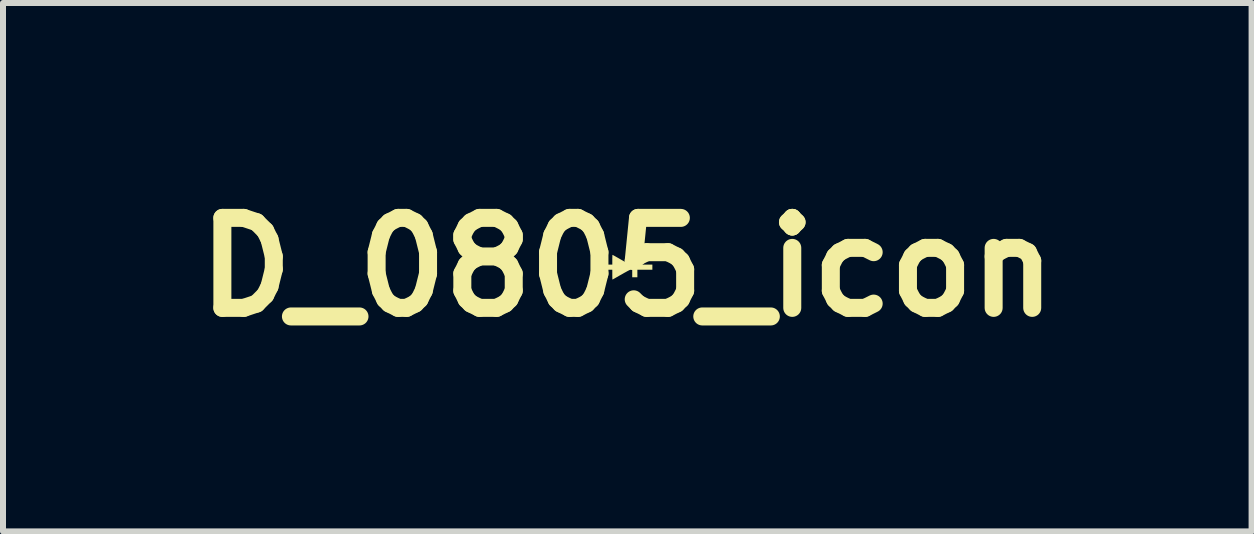
<source format=kicad_pcb>
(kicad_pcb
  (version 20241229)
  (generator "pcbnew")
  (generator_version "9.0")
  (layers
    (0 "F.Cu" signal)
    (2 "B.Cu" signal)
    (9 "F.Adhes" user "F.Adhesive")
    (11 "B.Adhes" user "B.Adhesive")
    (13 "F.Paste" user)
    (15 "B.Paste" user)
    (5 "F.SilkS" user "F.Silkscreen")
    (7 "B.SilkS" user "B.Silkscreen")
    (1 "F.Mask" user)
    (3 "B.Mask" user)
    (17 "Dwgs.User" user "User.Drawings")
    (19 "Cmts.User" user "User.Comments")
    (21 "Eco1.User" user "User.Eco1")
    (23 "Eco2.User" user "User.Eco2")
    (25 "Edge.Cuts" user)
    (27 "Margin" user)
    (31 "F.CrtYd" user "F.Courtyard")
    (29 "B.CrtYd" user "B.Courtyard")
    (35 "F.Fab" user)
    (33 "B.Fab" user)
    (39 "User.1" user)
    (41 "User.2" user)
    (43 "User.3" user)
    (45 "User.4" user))
  (footprint "D_0805_icon"
    (layer "F.Cu")
    (at 7.407 1.404)
    (property "Reference" "D_0805_icon" (at 0 0 0) (layer "F.SilkS") (effects (font (size 1.5 1.5) (thickness 0.3))))
    (attr board_only exclude_from_pos_files exclude_from_bom)
    (fp_poly (pts (xy -0.243 -0.204) (xy -0.233 -0.199) (xy -0.217 -0.19) (xy -0.197 -0.179) (xy -0.173 -0.165) (xy -0.146 -0.15) (xy -0.117 -0.133) (xy -0.101 -0.124) (xy -0.066 -0.104) (xy -0.037 -0.088) (xy -0.014 -0.075) (xy 0.005 -0.064) (xy 0.02 -0.057) (xy 0.032 -0.051) (xy 0.041 -0.047) (xy 0.048 -0.045) (xy 0.053 -0.043) (xy 0.059 -0.043) (xy 0.062 -0.043) (xy 0.082 -0.043) (xy 0.082 -0.105) (xy 0.082 -0.168) (xy 0.125 -0.168) (xy 0.168 -0.168) (xy 0.168 -0.105) (xy 0.168 -0.043) (xy 0.293 -0.043) (xy 0.418 -0.043) (xy 0.418 -0.000001) (xy 0.418 0.043) (xy 0.293 0.043) (xy 0.168 0.043) (xy 0.168 0.105) (xy 0.168 0.168) (xy 0.125 0.168) (xy 0.082 0.168) (xy 0.082 0.105) (xy 0.082 0.043) (xy 0.062 0.043) (xy 0.056 0.043) (xy 0.051 0.044) (xy 0.045 0.046) (xy 0.037 0.048) (xy 0.027 0.053) (xy 0.014 0.06) (xy -0.002 0.068) (xy -0.023 0.08) (xy -0.049 0.094) (xy -0.08 0.112) (xy -0.101 0.124) (xy -0.132 0.141) (xy -0.16 0.158) (xy -0.186 0.172) (xy -0.208 0.185) (xy -0.226 0.195) (xy -0.238 0.202) (xy -0.246 0.206) (xy -0.247 0.206) (xy -0.248 0.203) (xy -0.249 0.193) (xy -0.249 0.177) (xy -0.25 0.157) (xy -0.25 0.134) (xy -0.25 0.125) (xy -0.25 0.043) (xy -0.334 0.043) (xy -0.418 0.043) (xy -0.418 -0.000001) (xy -0.418 -0.043) (xy -0.334 -0.043) (xy -0.25 -0.043) (xy -0.25 -0.125) (xy -0.25 -0.15) (xy -0.249 -0.171) (xy -0.249 -0.188) (xy -0.248 -0.2) (xy -0.247 -0.206) (xy -0.247 -0.206)) (stroke (width 0) (type solid)) (fill yes) (layer "F.SilkS")))
  (gr_rect
    (start -3 -3)
    (end 17.814 5.808)
    (stroke (width 0.1) (type default))
    (fill no)
    (layer "Edge.Cuts")))
</source>
